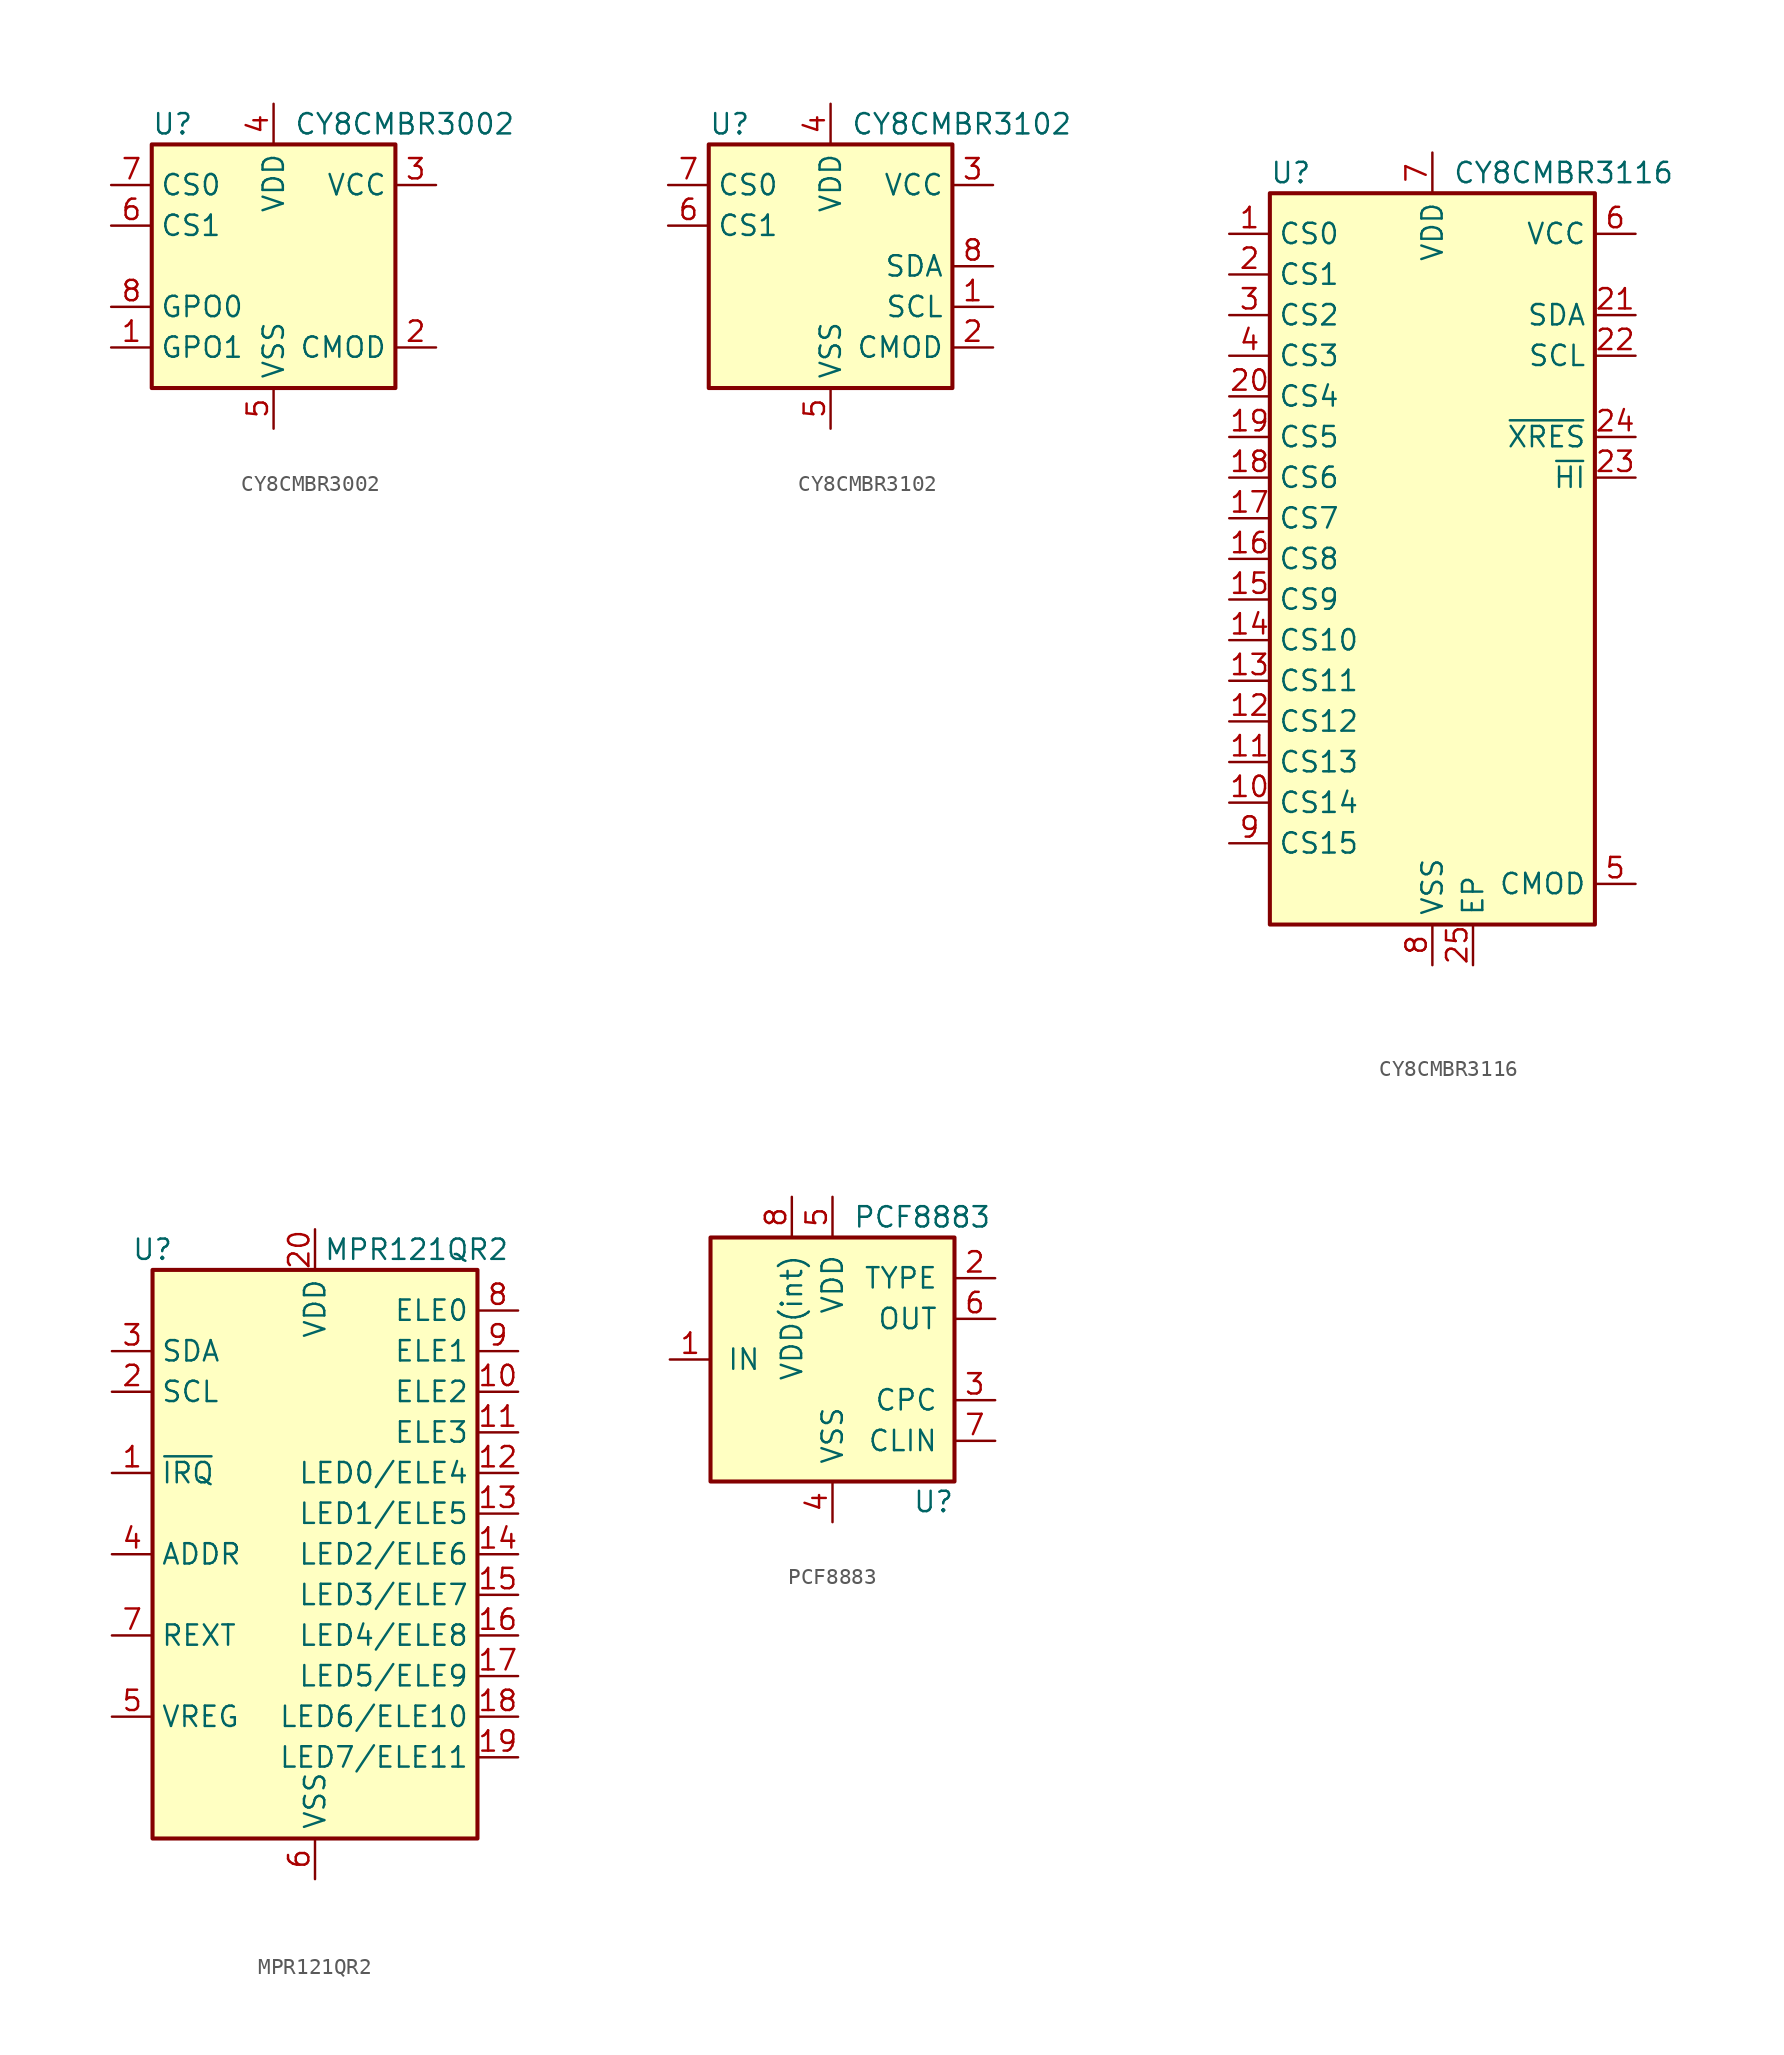
<source format=kicad_sym>
(kicad_symbol_lib
  (version 20211014)
  (generator kicad_symbol_editor)
  (symbol "CY8CMBR3002"
    (property "Reference" "U"
      (at -7.62 8.89 0)
      (effects (font (size 1.27 1.27)) (justify left)))
    (property "Value" "CY8CMBR3002"
      (at 1.27 8.89 0)
      (effects (font (size 1.27 1.27)) (justify left)))
    (symbol "CY8CMBR3002_0_1"
      (rectangle (start -7.62 7.62) (end 7.62 -7.62) (stroke (width 0.254) (type default) (color 0 0 0 0)) (fill (type background))))
    (symbol "CY8CMBR3002_1_1"
      (pin output line (at -10.16 -5.08 0) (length 2.54) (name "GPO1" (effects (font (size 1.27 1.27)))) (number "1" (effects (font (size 1.27 1.27)))))
      (pin passive line (at 10.16 -5.08 180) (length 2.54) (name "CMOD" (effects (font (size 1.27 1.27)))) (number "2" (effects (font (size 1.27 1.27)))))
      (pin passive line (at 10.16 5.08 180) (length 2.54) (name "VCC" (effects (font (size 1.27 1.27)))) (number "3" (effects (font (size 1.27 1.27)))))
      (pin power_in line (at 0 10.16 270) (length 2.54) (name "VDD" (effects (font (size 1.27 1.27)))) (number "4" (effects (font (size 1.27 1.27)))))
      (pin power_in line (at 0 -10.16 90) (length 2.54) (name "VSS" (effects (font (size 1.27 1.27)))) (number "5" (effects (font (size 1.27 1.27)))))
      (pin passive line (at -10.16 2.54 0) (length 2.54) (name "CS1" (effects (font (size 1.27 1.27)))) (number "6" (effects (font (size 1.27 1.27)))))
      (pin passive line (at -10.16 5.08 0) (length 2.54) (name "CS0" (effects (font (size 1.27 1.27)))) (number "7" (effects (font (size 1.27 1.27)))))
      (pin output line (at -10.16 -2.54 0) (length 2.54) (name "GPO0" (effects (font (size 1.27 1.27)))) (number "8" (effects (font (size 1.27 1.27)))))))
  (symbol "CY8CMBR3102"
    (property "Reference" "U"
      (at -7.62 8.89 0)
      (effects (font (size 1.27 1.27)) (justify left)))
    (property "Value" "CY8CMBR3102"
      (at 1.27 8.89 0)
      (effects (font (size 1.27 1.27)) (justify left)))
    (symbol "CY8CMBR3102_0_1"
      (rectangle (start -7.62 7.62) (end 7.62 -7.62) (stroke (width 0.254) (type default) (color 0 0 0 0)) (fill (type background))))
    (symbol "CY8CMBR3102_1_1"
      (pin input line (at 10.16 -2.54 180) (length 2.54) (name "SCL" (effects (font (size 1.27 1.27)))) (number "1" (effects (font (size 1.27 1.27)))))
      (pin passive line (at 10.16 -5.08 180) (length 2.54) (name "CMOD" (effects (font (size 1.27 1.27)))) (number "2" (effects (font (size 1.27 1.27)))))
      (pin passive line (at 10.16 5.08 180) (length 2.54) (name "VCC" (effects (font (size 1.27 1.27)))) (number "3" (effects (font (size 1.27 1.27)))))
      (pin power_in line (at 0 10.16 270) (length 2.54) (name "VDD" (effects (font (size 1.27 1.27)))) (number "4" (effects (font (size 1.27 1.27)))))
      (pin power_in line (at 0 -10.16 90) (length 2.54) (name "VSS" (effects (font (size 1.27 1.27)))) (number "5" (effects (font (size 1.27 1.27)))))
      (pin passive line (at -10.16 2.54 0) (length 2.54) (name "CS1" (effects (font (size 1.27 1.27)))) (number "6" (effects (font (size 1.27 1.27)))))
      (pin passive line (at -10.16 5.08 0) (length 2.54) (name "CS0" (effects (font (size 1.27 1.27)))) (number "7" (effects (font (size 1.27 1.27)))))
      (pin bidirectional line (at 10.16 0 180) (length 2.54) (name "SDA" (effects (font (size 1.27 1.27)))) (number "8" (effects (font (size 1.27 1.27)))))))
  (symbol "CY8CMBR3116"
    (property "Reference" "U"
      (at -10.16 24.13 0)
      (effects (font (size 1.27 1.27)) (justify left)))
    (property "Value" "CY8CMBR3116"
      (at 1.27 24.13 0)
      (effects (font (size 1.27 1.27)) (justify left)))
    (symbol "CY8CMBR3116_0_1"
      (rectangle (start -10.16 22.86) (end 10.16 -22.86) (stroke (width 0.254) (type default) (color 0 0 0 0)) (fill (type background))))
    (symbol "CY8CMBR3116_1_1"
      (pin passive line (at -12.7 20.32 0) (length 2.54) (name "CS0" (effects (font (size 1.27 1.27)))) (number "1" (effects (font (size 1.27 1.27)))))
      (pin passive line (at -12.7 -15.24 0) (length 2.54) (name "CS14" (effects (font (size 1.27 1.27)))) (number "10" (effects (font (size 1.27 1.27)))))
      (pin passive line (at -12.7 -12.7 0) (length 2.54) (name "CS13" (effects (font (size 1.27 1.27)))) (number "11" (effects (font (size 1.27 1.27)))))
      (pin passive line (at -12.7 -10.16 0) (length 2.54) (name "CS12" (effects (font (size 1.27 1.27)))) (number "12" (effects (font (size 1.27 1.27)))))
      (pin passive line (at -12.7 -7.62 0) (length 2.54) (name "CS11" (effects (font (size 1.27 1.27)))) (number "13" (effects (font (size 1.27 1.27)))))
      (pin passive line (at -12.7 -5.08 0) (length 2.54) (name "CS10" (effects (font (size 1.27 1.27)))) (number "14" (effects (font (size 1.27 1.27)))))
      (pin passive line (at -12.7 -2.54 0) (length 2.54) (name "CS9" (effects (font (size 1.27 1.27)))) (number "15" (effects (font (size 1.27 1.27)))))
      (pin passive line (at -12.7 0 0) (length 2.54) (name "CS8" (effects (font (size 1.27 1.27)))) (number "16" (effects (font (size 1.27 1.27)))))
      (pin passive line (at -12.7 2.54 0) (length 2.54) (name "CS7" (effects (font (size 1.27 1.27)))) (number "17" (effects (font (size 1.27 1.27)))))
      (pin passive line (at -12.7 5.08 0) (length 2.54) (name "CS6" (effects (font (size 1.27 1.27)))) (number "18" (effects (font (size 1.27 1.27)))))
      (pin passive line (at -12.7 7.62 0) (length 2.54) (name "CS5" (effects (font (size 1.27 1.27)))) (number "19" (effects (font (size 1.27 1.27)))))
      (pin passive line (at -12.7 17.78 0) (length 2.54) (name "CS1" (effects (font (size 1.27 1.27)))) (number "2" (effects (font (size 1.27 1.27)))))
      (pin passive line (at -12.7 10.16 0) (length 2.54) (name "CS4" (effects (font (size 1.27 1.27)))) (number "20" (effects (font (size 1.27 1.27)))))
      (pin bidirectional line (at 12.7 15.24 180) (length 2.54) (name "SDA" (effects (font (size 1.27 1.27)))) (number "21" (effects (font (size 1.27 1.27)))))
      (pin input line (at 12.7 12.7 180) (length 2.54) (name "SCL" (effects (font (size 1.27 1.27)))) (number "22" (effects (font (size 1.27 1.27)))))
      (pin bidirectional line (at 12.7 5.08 180) (length 2.54) (name "~{HI}" (effects (font (size 1.27 1.27)))) (number "23" (effects (font (size 1.27 1.27)))))
      (pin input line (at 12.7 7.62 180) (length 2.54) (name "~{XRES}" (effects (font (size 1.27 1.27)))) (number "24" (effects (font (size 1.27 1.27)))))
      (pin passive line (at 2.54 -25.4 90) (length 2.54) (name "EP" (effects (font (size 1.27 1.27)))) (number "25" (effects (font (size 1.27 1.27)))))
      (pin passive line (at -12.7 15.24 0) (length 2.54) (name "CS2" (effects (font (size 1.27 1.27)))) (number "3" (effects (font (size 1.27 1.27)))))
      (pin passive line (at -12.7 12.7 0) (length 2.54) (name "CS3" (effects (font (size 1.27 1.27)))) (number "4" (effects (font (size 1.27 1.27)))))
      (pin passive line (at 12.7 -20.32 180) (length 2.54) (name "CMOD" (effects (font (size 1.27 1.27)))) (number "5" (effects (font (size 1.27 1.27)))))
      (pin passive line (at 12.7 20.32 180) (length 2.54) (name "VCC" (effects (font (size 1.27 1.27)))) (number "6" (effects (font (size 1.27 1.27)))))
      (pin power_in line (at 0 25.4 270) (length 2.54) (name "VDD" (effects (font (size 1.27 1.27)))) (number "7" (effects (font (size 1.27 1.27)))))
      (pin power_in line (at 0 -25.4 90) (length 2.54) (name "VSS" (effects (font (size 1.27 1.27)))) (number "8" (effects (font (size 1.27 1.27)))))
      (pin passive line (at -12.7 -17.78 0) (length 2.54) (name "CS15" (effects (font (size 1.27 1.27)))) (number "9" (effects (font (size 1.27 1.27)))))))
  (symbol "MPR121QR2"
    (property "Reference" "U"
      (at -10.16 19.05 0)
      (effects (font (size 1.27 1.27))))
    (property "Value" "MPR121QR2"
      (at 6.35 19.05 0)
      (effects (font (size 1.27 1.27))))
    (symbol "MPR121QR2_0_1"
      (rectangle (start -10.16 17.78) (end 10.16 -17.78) (stroke (width 0.254) (type default) (color 0 0 0 0)) (fill (type background))))
    (symbol "MPR121QR2_1_1"
      (pin open_collector line (at -12.7 5.08 0) (length 2.54) (name "~{IRQ}" (effects (font (size 1.27 1.27)))) (number "1" (effects (font (size 1.27 1.27)))))
      (pin passive line (at 12.7 10.16 180) (length 2.54) (name "ELE2" (effects (font (size 1.27 1.27)))) (number "10" (effects (font (size 1.27 1.27)))))
      (pin passive line (at 12.7 7.62 180) (length 2.54) (name "ELE3" (effects (font (size 1.27 1.27)))) (number "11" (effects (font (size 1.27 1.27)))))
      (pin passive line (at 12.7 5.08 180) (length 2.54) (name "LED0/ELE4" (effects (font (size 1.27 1.27)))) (number "12" (effects (font (size 1.27 1.27)))))
      (pin passive line (at 12.7 2.54 180) (length 2.54) (name "LED1/ELE5" (effects (font (size 1.27 1.27)))) (number "13" (effects (font (size 1.27 1.27)))))
      (pin passive line (at 12.7 0 180) (length 2.54) (name "LED2/ELE6" (effects (font (size 1.27 1.27)))) (number "14" (effects (font (size 1.27 1.27)))))
      (pin passive line (at 12.7 -2.54 180) (length 2.54) (name "LED3/ELE7" (effects (font (size 1.27 1.27)))) (number "15" (effects (font (size 1.27 1.27)))))
      (pin passive line (at 12.7 -5.08 180) (length 2.54) (name "LED4/ELE8" (effects (font (size 1.27 1.27)))) (number "16" (effects (font (size 1.27 1.27)))))
      (pin passive line (at 12.7 -7.62 180) (length 2.54) (name "LED5/ELE9" (effects (font (size 1.27 1.27)))) (number "17" (effects (font (size 1.27 1.27)))))
      (pin passive line (at 12.7 -10.16 180) (length 2.54) (name "LED6/ELE10" (effects (font (size 1.27 1.27)))) (number "18" (effects (font (size 1.27 1.27)))))
      (pin passive line (at 12.7 -12.7 180) (length 2.54) (name "LED7/ELE11" (effects (font (size 1.27 1.27)))) (number "19" (effects (font (size 1.27 1.27)))))
      (pin input line (at -12.7 10.16 0) (length 2.54) (name "SCL" (effects (font (size 1.27 1.27)))) (number "2" (effects (font (size 1.27 1.27)))))
      (pin power_in line (at 0 20.32 270) (length 2.54) (name "VDD" (effects (font (size 1.27 1.27)))) (number "20" (effects (font (size 1.27 1.27)))))
      (pin bidirectional line (at -12.7 12.7 0) (length 2.54) (name "SDA" (effects (font (size 1.27 1.27)))) (number "3" (effects (font (size 1.27 1.27)))))
      (pin input line (at -12.7 0 0) (length 2.54) (name "ADDR" (effects (font (size 1.27 1.27)))) (number "4" (effects (font (size 1.27 1.27)))))
      (pin passive line (at -12.7 -10.16 0) (length 2.54) (name "VREG" (effects (font (size 1.27 1.27)))) (number "5" (effects (font (size 1.27 1.27)))))
      (pin power_in line (at 0 -20.32 90) (length 2.54) (name "VSS" (effects (font (size 1.27 1.27)))) (number "6" (effects (font (size 1.27 1.27)))))
      (pin passive line (at -12.7 -5.08 0) (length 2.54) (name "REXT" (effects (font (size 1.27 1.27)))) (number "7" (effects (font (size 1.27 1.27)))))
      (pin passive line (at 12.7 15.24 180) (length 2.54) (name "ELE0" (effects (font (size 1.27 1.27)))) (number "8" (effects (font (size 1.27 1.27)))))
      (pin passive line (at 12.7 12.7 180) (length 2.54) (name "ELE1" (effects (font (size 1.27 1.27)))) (number "9" (effects (font (size 1.27 1.27)))))))
  (symbol "PCF8883"
    (pin_names
      (offset 1.016))
    (property "Reference" "U"
      (at 7.62 -8.89 0)
      (effects (font (size 1.27 1.27)) (justify right)))
    (property "Value" "PCF8883"
      (at 1.27 8.89 0)
      (effects (font (size 1.27 1.27)) (justify left)))
    (symbol "PCF8883_0_1"
      (rectangle (start 7.62 -7.62) (end -7.62 7.62) (stroke (width 0.254) (type default) (color 0 0 0 0)) (fill (type background))))
    (symbol "PCF8883_1_1"
      (pin input line (at -10.16 0 0) (length 2.54) (name "IN" (effects (font (size 1.27 1.27)))) (number "1" (effects (font (size 1.27 1.27)))))
      (pin input line (at 10.16 5.08 180) (length 2.54) (name "TYPE" (effects (font (size 1.27 1.27)))) (number "2" (effects (font (size 1.27 1.27)))))
      (pin bidirectional line (at 10.16 -2.54 180) (length 2.54) (name "CPC" (effects (font (size 1.27 1.27)))) (number "3" (effects (font (size 1.27 1.27)))))
      (pin power_in line (at 0 -10.16 90) (length 2.54) (name "VSS" (effects (font (size 1.27 1.27)))) (number "4" (effects (font (size 1.27 1.27)))))
      (pin power_in line (at 0 10.16 270) (length 2.54) (name "VDD" (effects (font (size 1.27 1.27)))) (number "5" (effects (font (size 1.27 1.27)))))
      (pin output line (at 10.16 2.54 180) (length 2.54) (name "OUT" (effects (font (size 1.27 1.27)))) (number "6" (effects (font (size 1.27 1.27)))))
      (pin bidirectional line (at 10.16 -5.08 180) (length 2.54) (name "CLIN" (effects (font (size 1.27 1.27)))) (number "7" (effects (font (size 1.27 1.27)))))
      (pin power_out line (at -2.54 10.16 270) (length 2.54) (name "VDD(int)" (effects (font (size 1.27 1.27)))) (number "8" (effects (font (size 1.27 1.27))))))))
</source>
